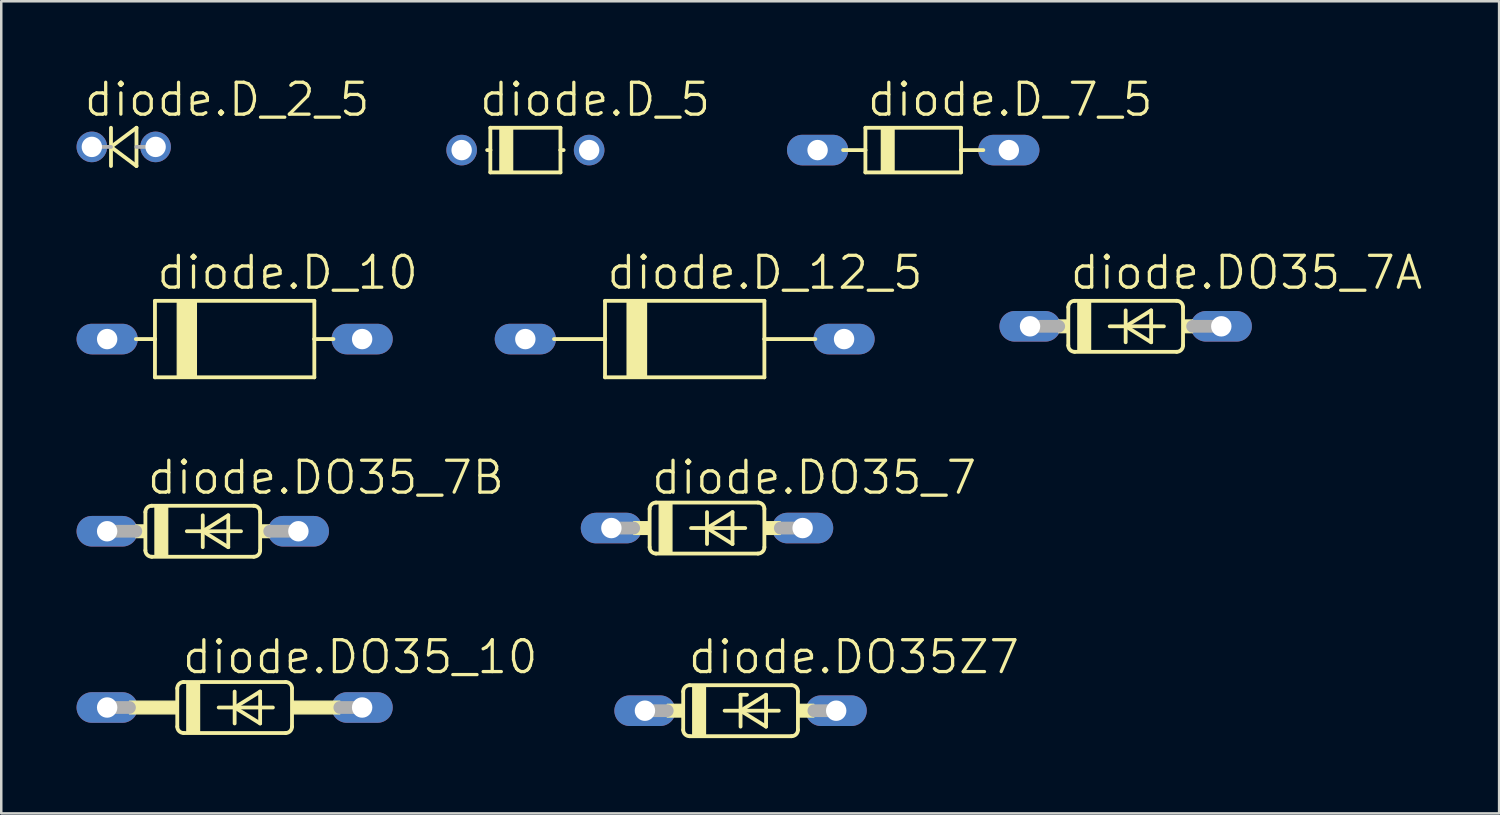
<source format=kicad_pcb>
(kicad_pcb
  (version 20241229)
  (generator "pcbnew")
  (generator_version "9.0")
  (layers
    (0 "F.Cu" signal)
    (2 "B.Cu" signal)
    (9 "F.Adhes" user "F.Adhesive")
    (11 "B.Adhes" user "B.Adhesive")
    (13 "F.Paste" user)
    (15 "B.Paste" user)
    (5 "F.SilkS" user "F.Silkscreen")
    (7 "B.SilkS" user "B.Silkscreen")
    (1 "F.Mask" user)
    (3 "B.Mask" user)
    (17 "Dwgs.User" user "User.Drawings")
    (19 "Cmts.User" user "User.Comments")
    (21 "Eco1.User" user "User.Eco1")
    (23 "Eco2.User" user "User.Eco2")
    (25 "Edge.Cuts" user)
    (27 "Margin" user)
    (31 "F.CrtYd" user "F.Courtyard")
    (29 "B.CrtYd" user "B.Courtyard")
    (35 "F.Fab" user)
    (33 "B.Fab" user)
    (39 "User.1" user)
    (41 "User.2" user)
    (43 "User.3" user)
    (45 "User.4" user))
  (footprint "diode.DO35_7A"
    (layer "F.Cu")
    (at 41.801 9.952)
    (property "Reference" "diode.DO35_7A" (at -2.286 -1.397 0) (layer "F.SilkS") (effects (font (size 1.27 1.27) (thickness 0.13)) (justify left bottom)))
    (attr through_hole)
    (fp_line (start -2.286 -0.762) (end -2.286 0.762) (stroke (width 0.152) (type default)) (layer "F.SilkS"))
    (fp_line (start -2.032 -1.016) (end 2.032 -1.016) (stroke (width 0.152) (type default)) (layer "F.SilkS"))
    (fp_line (start -2.032 1.016) (end 2.032 1.016) (stroke (width 0.152) (type default)) (layer "F.SilkS"))
    (fp_line (start -0.635 0) (end 0 0) (stroke (width 0.152) (type default)) (layer "F.SilkS"))
    (fp_line (start 0 -0.635) (end 0 0) (stroke (width 0.152) (type default)) (layer "F.SilkS"))
    (fp_line (start 0 0) (end 0 0.635) (stroke (width 0.152) (type default)) (layer "F.SilkS"))
    (fp_line (start 0 0) (end 1.016 -0.635) (stroke (width 0.152) (type default)) (layer "F.SilkS"))
    (fp_line (start 0 0) (end 1.524 0) (stroke (width 0.152) (type default)) (layer "F.SilkS"))
    (fp_line (start 1.016 -0.635) (end 1.016 0.635) (stroke (width 0.152) (type default)) (layer "F.SilkS"))
    (fp_line (start 1.016 0.635) (end 0 0) (stroke (width 0.152) (type default)) (layer "F.SilkS"))
    (fp_line (start 2.286 -0.762) (end 2.286 0.762) (stroke (width 0.152) (type default)) (layer "F.SilkS"))
    (fp_rect (start -2.667 0.254) (end -2.286 -0.254) (stroke (width 0.05) (type default)) (fill yes) (layer "F.SilkS"))
    (fp_rect (start -1.905 1.016) (end -1.397 -1.016) (stroke (width 0.05) (type default)) (fill yes) (layer "F.SilkS"))
    (fp_rect (start 2.286 0.254) (end 2.667 -0.254) (stroke (width 0.05) (type default)) (fill yes) (layer "F.SilkS"))
    (fp_arc (start -2.286 -0.762) (mid -2.211605 -0.941605) (end -2.032 -1.016) (stroke (width 0.1524) (type default)) (layer "F.SilkS"))
    (fp_arc (start -2.032 1.016) (mid -2.211605 0.941605) (end -2.286 0.762) (stroke (width 0.1524) (type default)) (layer "F.SilkS"))
    (fp_arc (start 2.032 -1.016) (mid 2.211605 -0.941605) (end 2.286 -0.762) (stroke (width 0.1524) (type default)) (layer "F.SilkS"))
    (fp_arc (start 2.286 0.762) (mid 2.211605 0.941605) (end 2.032 1.016) (stroke (width 0.1524) (type default)) (layer "F.SilkS"))
    (fp_line (start -3.81 0) (end -2.667 0) (stroke (width 0.508) (type default)) (layer "F.Fab"))
    (fp_line (start 3.81 0) (end 2.667 0) (stroke (width 0.508) (type default)) (layer "F.Fab"))
    (pad "A" thru_hole oval (at 3.81 0) (size 2.438 1.219) (drill 0.813) (layers "*.Cu" "*.Mask"))
    (pad "C" thru_hole oval (at -3.81 0) (size 2.438 1.219) (drill 0.813) (layers "*.Cu" "*.Mask")))
  (footprint "diode.D_10"
    (layer "F.Cu")
    (at 6.299 10.46)
    (property "Reference" "diode.D_10" (at -3.175 -1.905 0) (layer "F.SilkS") (effects (font (size 1.27 1.27) (thickness 0.13)) (justify left bottom)))
    (attr through_hole)
    (fp_line (start -3.175 -1.524) (end -3.175 0) (stroke (width 0.152) (type default)) (layer "F.SilkS"))
    (fp_line (start -3.175 0) (end -3.937 0) (stroke (width 0.152) (type default)) (layer "F.SilkS"))
    (fp_line (start -3.175 0) (end -3.175 1.524) (stroke (width 0.152) (type default)) (layer "F.SilkS"))
    (fp_line (start -3.175 1.524) (end 3.175 1.524) (stroke (width 0.152) (type default)) (layer "F.SilkS"))
    (fp_line (start 3.175 -1.524) (end -3.175 -1.524) (stroke (width 0.152) (type default)) (layer "F.SilkS"))
    (fp_line (start 3.175 0) (end 3.175 -1.524) (stroke (width 0.152) (type default)) (layer "F.SilkS"))
    (fp_line (start 3.175 1.524) (end 3.175 0) (stroke (width 0.152) (type default)) (layer "F.SilkS"))
    (fp_line (start 3.937 0) (end 3.175 0) (stroke (width 0.152) (type default)) (layer "F.SilkS"))
    (fp_rect (start -2.286 1.524) (end -1.524 -1.524) (stroke (width 0.05) (type default)) (fill yes) (layer "F.SilkS"))
    (pad "A" thru_hole oval (at 5.08 0) (size 2.438 1.219) (drill 0.813) (layers "*.Cu" "*.Mask"))
    (pad "C" thru_hole oval (at -5.08 0) (size 2.438 1.219) (drill 0.813) (layers "*.Cu" "*.Mask")))
  (footprint "diode.D_2_5"
    (layer "F.Cu")
    (at 1.88 2.803)
    (property "Reference" "diode.D_2_5" (at -1.651 -1.143 0) (layer "F.SilkS") (effects (font (size 1.27 1.27) (thickness 0.13)) (justify left bottom)))
    (attr through_hole)
    (fp_line (start -0.508 -0.762) (end -0.508 0) (stroke (width 0.152) (type default)) (layer "F.SilkS"))
    (fp_line (start -0.508 0) (end -0.508 0.762) (stroke (width 0.152) (type default)) (layer "F.SilkS"))
    (fp_line (start -0.508 0) (end 0.508 0.762) (stroke (width 0.152) (type default)) (layer "F.SilkS"))
    (fp_line (start 0.508 -0.762) (end -0.508 0) (stroke (width 0.152) (type default)) (layer "F.SilkS"))
    (fp_line (start 0.508 0.762) (end 0.508 -0.762) (stroke (width 0.152) (type default)) (layer "F.SilkS"))
    (fp_line (start -0.508 0) (end -1.27 0) (stroke (width 0.152) (type default)) (layer "F.Fab"))
    (fp_line (start 1.27 0) (end 0.508 0) (stroke (width 0.152) (type default)) (layer "F.Fab"))
    (pad "A" thru_hole circle (at 1.27 0) (size 1.219 1.219) (drill 0.813) (layers "*.Cu" "*.Mask"))
    (pad "C" thru_hole circle (at -1.27 0) (size 1.219 1.219) (drill 0.813) (layers "*.Cu" "*.Mask")))
  (footprint "diode.D_5"
    (layer "F.Cu")
    (at 17.884 2.93)
    (property "Reference" "diode.D_5" (at -1.905 -1.27 0) (layer "F.SilkS") (effects (font (size 1.27 1.27) (thickness 0.13)) (justify left bottom)))
    (attr through_hole)
    (fp_line (start -1.397 -0.889) (end -1.397 0) (stroke (width 0.152) (type default)) (layer "F.SilkS"))
    (fp_line (start -1.397 0) (end -1.524 0) (stroke (width 0.152) (type default)) (layer "F.SilkS"))
    (fp_line (start -1.397 0) (end -1.397 0.889) (stroke (width 0.152) (type default)) (layer "F.SilkS"))
    (fp_line (start -1.397 0.889) (end 1.397 0.889) (stroke (width 0.152) (type default)) (layer "F.SilkS"))
    (fp_line (start 1.397 -0.889) (end -1.397 -0.889) (stroke (width 0.152) (type default)) (layer "F.SilkS"))
    (fp_line (start 1.397 0) (end 1.397 -0.889) (stroke (width 0.152) (type default)) (layer "F.SilkS"))
    (fp_line (start 1.397 0.889) (end 1.397 0) (stroke (width 0.152) (type default)) (layer "F.SilkS"))
    (fp_line (start 1.524 0) (end 1.397 0) (stroke (width 0.152) (type default)) (layer "F.SilkS"))
    (fp_rect (start -1.016 0.889) (end -0.508 -0.889) (stroke (width 0.05) (type default)) (fill yes) (layer "F.SilkS"))
    (pad "A" thru_hole circle (at 2.54 0) (size 1.219 1.219) (drill 0.813) (layers "*.Cu" "*.Mask"))
    (pad "C" thru_hole circle (at -2.54 0) (size 1.219 1.219) (drill 0.813) (layers "*.Cu" "*.Mask")))
  (footprint "diode.DO35_7"
    (layer "F.Cu")
    (at 25.12 17.99)
    (property "Reference" "diode.DO35_7" (at -2.286 -1.27 0) (layer "F.SilkS") (effects (font (size 1.27 1.27) (thickness 0.13)) (justify left bottom)))
    (attr through_hole)
    (fp_line (start -2.286 -0.762) (end -2.286 0.762) (stroke (width 0.152) (type default)) (layer "F.SilkS"))
    (fp_line (start -2.032 -1.016) (end 2.032 -1.016) (stroke (width 0.152) (type default)) (layer "F.SilkS"))
    (fp_line (start -2.032 1.016) (end 2.032 1.016) (stroke (width 0.152) (type default)) (layer "F.SilkS"))
    (fp_line (start -0.635 0) (end 0 0) (stroke (width 0.152) (type default)) (layer "F.SilkS"))
    (fp_line (start 0 -0.635) (end 0 0) (stroke (width 0.152) (type default)) (layer "F.SilkS"))
    (fp_line (start 0 0) (end 0 0.635) (stroke (width 0.152) (type default)) (layer "F.SilkS"))
    (fp_line (start 0 0) (end 1.016 -0.635) (stroke (width 0.152) (type default)) (layer "F.SilkS"))
    (fp_line (start 0 0) (end 1.524 0) (stroke (width 0.152) (type default)) (layer "F.SilkS"))
    (fp_line (start 1.016 -0.635) (end 1.016 0.635) (stroke (width 0.152) (type default)) (layer "F.SilkS"))
    (fp_line (start 1.016 0.635) (end 0 0) (stroke (width 0.152) (type default)) (layer "F.SilkS"))
    (fp_line (start 2.286 -0.762) (end 2.286 0.762) (stroke (width 0.152) (type default)) (layer "F.SilkS"))
    (fp_rect (start -2.921 0.254) (end -2.286 -0.254) (stroke (width 0.05) (type default)) (fill yes) (layer "F.SilkS"))
    (fp_rect (start -1.905 1.016) (end -1.397 -1.016) (stroke (width 0.05) (type default)) (fill yes) (layer "F.SilkS"))
    (fp_rect (start 2.286 0.254) (end 2.921 -0.254) (stroke (width 0.05) (type default)) (fill yes) (layer "F.SilkS"))
    (fp_arc (start -2.286 -0.762) (mid -2.211605 -0.941605) (end -2.032 -1.016) (stroke (width 0.1524) (type default)) (layer "F.SilkS"))
    (fp_arc (start -2.032 1.016) (mid -2.211605 0.941605) (end -2.286 0.762) (stroke (width 0.1524) (type default)) (layer "F.SilkS"))
    (fp_arc (start 2.032 -1.016) (mid 2.211605 -0.941605) (end 2.286 -0.762) (stroke (width 0.1524) (type default)) (layer "F.SilkS"))
    (fp_arc (start 2.286 0.762) (mid 2.211605 0.941605) (end 2.032 1.016) (stroke (width 0.1524) (type default)) (layer "F.SilkS"))
    (fp_line (start -3.81 0) (end -2.921 0) (stroke (width 0.508) (type default)) (layer "F.Fab"))
    (fp_line (start 3.81 0) (end 2.921 0) (stroke (width 0.508) (type default)) (layer "F.Fab"))
    (pad "A" thru_hole oval (at 3.81 0) (size 2.438 1.219) (drill 0.813) (layers "*.Cu" "*.Mask"))
    (pad "C" thru_hole oval (at -3.81 0) (size 2.438 1.219) (drill 0.813) (layers "*.Cu" "*.Mask")))
  (footprint "diode.DO35_10"
    (layer "F.Cu")
    (at 6.299 25.14)
    (property "Reference" "diode.DO35_10" (at -2.159 -1.27 0) (layer "F.SilkS") (effects (font (size 1.27 1.27) (thickness 0.13)) (justify left bottom)))
    (attr through_hole)
    (fp_line (start -2.286 -0.762) (end -2.286 0.762) (stroke (width 0.152) (type default)) (layer "F.SilkS"))
    (fp_line (start -2.032 -1.016) (end 2.032 -1.016) (stroke (width 0.152) (type default)) (layer "F.SilkS"))
    (fp_line (start -2.032 1.016) (end 2.032 1.016) (stroke (width 0.152) (type default)) (layer "F.SilkS"))
    (fp_line (start -0.635 0) (end 0 0) (stroke (width 0.152) (type default)) (layer "F.SilkS"))
    (fp_line (start 0 -0.635) (end 0 0) (stroke (width 0.152) (type default)) (layer "F.SilkS"))
    (fp_line (start 0 0) (end 0 0.635) (stroke (width 0.152) (type default)) (layer "F.SilkS"))
    (fp_line (start 0 0) (end 1.016 -0.635) (stroke (width 0.152) (type default)) (layer "F.SilkS"))
    (fp_line (start 0 0) (end 1.524 0) (stroke (width 0.152) (type default)) (layer "F.SilkS"))
    (fp_line (start 1.016 -0.635) (end 1.016 0.635) (stroke (width 0.152) (type default)) (layer "F.SilkS"))
    (fp_line (start 1.016 0.635) (end 0 0) (stroke (width 0.152) (type default)) (layer "F.SilkS"))
    (fp_line (start 2.286 0.762) (end 2.286 -0.762) (stroke (width 0.152) (type default)) (layer "F.SilkS"))
    (fp_rect (start -4.191 0.254) (end -2.286 -0.254) (stroke (width 0.05) (type default)) (fill yes) (layer "F.SilkS"))
    (fp_rect (start -1.905 1.016) (end -1.397 -1.016) (stroke (width 0.05) (type default)) (fill yes) (layer "F.SilkS"))
    (fp_rect (start 2.286 0.254) (end 4.191 -0.254) (stroke (width 0.05) (type default)) (fill yes) (layer "F.SilkS"))
    (fp_arc (start -2.286 -0.762) (mid -2.211605 -0.941605) (end -2.032 -1.016) (stroke (width 0.1524) (type default)) (layer "F.SilkS"))
    (fp_arc (start -2.032 1.016) (mid -2.211605 0.941605) (end -2.286 0.762) (stroke (width 0.1524) (type default)) (layer "F.SilkS"))
    (fp_arc (start 2.032 -1.016) (mid 2.211605 -0.941605) (end 2.286 -0.762) (stroke (width 0.1524) (type default)) (layer "F.SilkS"))
    (fp_arc (start 2.286 0.762) (mid 2.211605 0.941605) (end 2.032 1.016) (stroke (width 0.1524) (type default)) (layer "F.SilkS"))
    (fp_line (start -5.08 0) (end -4.191 0) (stroke (width 0.508) (type default)) (layer "F.Fab"))
    (fp_line (start 5.08 0) (end 4.191 0) (stroke (width 0.508) (type default)) (layer "F.Fab"))
    (pad "A" thru_hole oval (at 5.08 0) (size 2.438 1.219) (drill 0.813) (layers "*.Cu" "*.Mask"))
    (pad "C" thru_hole oval (at -5.08 0) (size 2.438 1.219) (drill 0.813) (layers "*.Cu" "*.Mask")))
  (footprint "diode.D_7_5"
    (layer "F.Cu")
    (at 33.336 2.93)
    (property "Reference" "diode.D_7_5" (at -1.905 -1.27 0) (layer "F.SilkS") (effects (font (size 1.27 1.27) (thickness 0.13)) (justify left bottom)))
    (attr through_hole)
    (fp_line (start -1.905 -0.889) (end -1.905 0) (stroke (width 0.152) (type default)) (layer "F.SilkS"))
    (fp_line (start -1.905 0) (end -2.794 0) (stroke (width 0.152) (type default)) (layer "F.SilkS"))
    (fp_line (start -1.905 0) (end -1.905 0.889) (stroke (width 0.152) (type default)) (layer "F.SilkS"))
    (fp_line (start -1.905 0.889) (end 1.905 0.889) (stroke (width 0.152) (type default)) (layer "F.SilkS"))
    (fp_line (start 1.905 -0.889) (end -1.905 -0.889) (stroke (width 0.152) (type default)) (layer "F.SilkS"))
    (fp_line (start 1.905 0) (end 1.905 -0.889) (stroke (width 0.152) (type default)) (layer "F.SilkS"))
    (fp_line (start 1.905 0.889) (end 1.905 0) (stroke (width 0.152) (type default)) (layer "F.SilkS"))
    (fp_line (start 2.794 0) (end 1.905 0) (stroke (width 0.152) (type default)) (layer "F.SilkS"))
    (fp_rect (start -1.27 0.889) (end -0.762 -0.889) (stroke (width 0.05) (type default)) (fill yes) (layer "F.SilkS"))
    (pad "A" thru_hole oval (at 3.81 0) (size 2.438 1.219) (drill 0.813) (layers "*.Cu" "*.Mask"))
    (pad "C" thru_hole oval (at -3.81 0) (size 2.438 1.219) (drill 0.813) (layers "*.Cu" "*.Mask")))
  (footprint "diode.D_12_5"
    (layer "F.Cu")
    (at 24.231 10.46)
    (property "Reference" "diode.D_12_5" (at -3.175 -1.905 0) (layer "F.SilkS") (effects (font (size 1.27 1.27) (thickness 0.13)) (justify left bottom)))
    (attr through_hole)
    (fp_line (start -3.175 -1.524) (end -3.175 0) (stroke (width 0.152) (type default)) (layer "F.SilkS"))
    (fp_line (start -3.175 0) (end -5.207 0) (stroke (width 0.152) (type default)) (layer "F.SilkS"))
    (fp_line (start -3.175 0) (end -3.175 1.524) (stroke (width 0.152) (type default)) (layer "F.SilkS"))
    (fp_line (start -3.175 1.524) (end 3.175 1.524) (stroke (width 0.152) (type default)) (layer "F.SilkS"))
    (fp_line (start 3.175 -1.524) (end -3.175 -1.524) (stroke (width 0.152) (type default)) (layer "F.SilkS"))
    (fp_line (start 3.175 0) (end 3.175 -1.524) (stroke (width 0.152) (type default)) (layer "F.SilkS"))
    (fp_line (start 3.175 1.524) (end 3.175 0) (stroke (width 0.152) (type default)) (layer "F.SilkS"))
    (fp_line (start 5.207 0) (end 3.175 0) (stroke (width 0.152) (type default)) (layer "F.SilkS"))
    (fp_rect (start -2.286 1.524) (end -1.524 -1.524) (stroke (width 0.05) (type default)) (fill yes) (layer "F.SilkS"))
    (fp_rect (start -2.286 1.524) (end -1.524 -1.524) (stroke (width 0.05) (type default)) (fill yes) (layer "F.SilkS"))
    (pad "A" thru_hole oval (at 6.35 0) (size 2.438 1.219) (drill 0.813) (layers "*.Cu" "*.Mask"))
    (pad "C" thru_hole oval (at -6.35 0) (size 2.438 1.219) (drill 0.813) (layers "*.Cu" "*.Mask")))
  (footprint "diode.DO35_7B"
    (layer "F.Cu")
    (at 5.029 18.117)
    (property "Reference" "diode.DO35_7B" (at -2.286 -1.397 0) (layer "F.SilkS") (effects (font (size 1.27 1.27) (thickness 0.13)) (justify left bottom)))
    (attr through_hole)
    (fp_line (start -2.286 -0.762) (end -2.286 0.762) (stroke (width 0.152) (type default)) (layer "F.SilkS"))
    (fp_line (start -2.032 -1.016) (end 2.032 -1.016) (stroke (width 0.152) (type default)) (layer "F.SilkS"))
    (fp_line (start -2.032 1.016) (end 2.032 1.016) (stroke (width 0.152) (type default)) (layer "F.SilkS"))
    (fp_line (start -0.635 0) (end 0 0) (stroke (width 0.152) (type default)) (layer "F.SilkS"))
    (fp_line (start 0 -0.635) (end 0 0) (stroke (width 0.152) (type default)) (layer "F.SilkS"))
    (fp_line (start 0 0) (end 0 0.635) (stroke (width 0.152) (type default)) (layer "F.SilkS"))
    (fp_line (start 0 0) (end 1.016 -0.635) (stroke (width 0.152) (type default)) (layer "F.SilkS"))
    (fp_line (start 0 0) (end 1.524 0) (stroke (width 0.152) (type default)) (layer "F.SilkS"))
    (fp_line (start 1.016 -0.635) (end 1.016 0.635) (stroke (width 0.152) (type default)) (layer "F.SilkS"))
    (fp_line (start 1.016 0.635) (end 0 0) (stroke (width 0.152) (type default)) (layer "F.SilkS"))
    (fp_line (start 2.286 -0.762) (end 2.286 0.762) (stroke (width 0.152) (type default)) (layer "F.SilkS"))
    (fp_rect (start -2.667 0.254) (end -2.286 -0.254) (stroke (width 0.05) (type default)) (fill yes) (layer "F.SilkS"))
    (fp_rect (start -1.905 1.016) (end -1.397 -1.016) (stroke (width 0.05) (type default)) (fill yes) (layer "F.SilkS"))
    (fp_rect (start 2.286 0.254) (end 2.667 -0.254) (stroke (width 0.05) (type default)) (fill yes) (layer "F.SilkS"))
    (fp_arc (start -2.286 -0.762) (mid -2.211605 -0.941605) (end -2.032 -1.016) (stroke (width 0.1524) (type default)) (layer "F.SilkS"))
    (fp_arc (start -2.032 1.016) (mid -2.211605 0.941605) (end -2.286 0.762) (stroke (width 0.1524) (type default)) (layer "F.SilkS"))
    (fp_arc (start 2.032 -1.016) (mid 2.211605 -0.941605) (end 2.286 -0.762) (stroke (width 0.1524) (type default)) (layer "F.SilkS"))
    (fp_arc (start 2.286 0.762) (mid 2.211605 0.941605) (end 2.032 1.016) (stroke (width 0.1524) (type default)) (layer "F.SilkS"))
    (fp_line (start -3.81 0) (end -2.667 0) (stroke (width 0.508) (type default)) (layer "F.Fab"))
    (fp_line (start 3.81 0) (end 2.667 0) (stroke (width 0.508) (type default)) (layer "F.Fab"))
    (pad "A" thru_hole oval (at 3.81 0) (size 2.438 1.219) (drill 0.813) (layers "*.Cu" "*.Mask"))
    (pad "C" thru_hole oval (at -3.81 0) (size 2.438 1.219) (drill 0.813) (layers "*.Cu" "*.Mask")))
  (footprint "diode.DO35Z7"
    (layer "F.Cu")
    (at 26.457 25.267)
    (property "Reference" "diode.DO35Z7" (at -2.159 -1.397 0) (layer "F.SilkS") (effects (font (size 1.27 1.27) (thickness 0.13)) (justify left bottom)))
    (attr through_hole)
    (fp_line (start -2.286 -0.762) (end -2.286 0.762) (stroke (width 0.152) (type default)) (layer "F.SilkS"))
    (fp_line (start -2.032 -1.016) (end 2.032 -1.016) (stroke (width 0.152) (type default)) (layer "F.SilkS"))
    (fp_line (start -2.032 1.016) (end 2.032 1.016) (stroke (width 0.152) (type default)) (layer "F.SilkS"))
    (fp_line (start -0.635 0) (end 0 0) (stroke (width 0.152) (type default)) (layer "F.SilkS"))
    (fp_line (start 0 -0.635) (end 0 0) (stroke (width 0.152) (type default)) (layer "F.SilkS"))
    (fp_line (start 0 0) (end 0 0.635) (stroke (width 0.152) (type default)) (layer "F.SilkS"))
    (fp_line (start 0 0) (end 1.016 -0.635) (stroke (width 0.152) (type default)) (layer "F.SilkS"))
    (fp_line (start 0 0) (end 1.524 0) (stroke (width 0.152) (type default)) (layer "F.SilkS"))
    (fp_line (start 0.254 -0.635) (end 0 -0.635) (stroke (width 0.152) (type default)) (layer "F.SilkS"))
    (fp_line (start 1.016 -0.635) (end 1.016 0.635) (stroke (width 0.152) (type default)) (layer "F.SilkS"))
    (fp_line (start 1.016 0.635) (end 0 0) (stroke (width 0.152) (type default)) (layer "F.SilkS"))
    (fp_line (start 2.286 -0.762) (end 2.286 0.762) (stroke (width 0.152) (type default)) (layer "F.SilkS"))
    (fp_rect (start -2.921 0.254) (end -2.286 -0.254) (stroke (width 0.05) (type default)) (fill yes) (layer "F.SilkS"))
    (fp_rect (start -1.905 1.016) (end -1.397 -1.016) (stroke (width 0.05) (type default)) (fill yes) (layer "F.SilkS"))
    (fp_rect (start 2.286 0.254) (end 2.921 -0.254) (stroke (width 0.05) (type default)) (fill yes) (layer "F.SilkS"))
    (fp_arc (start -2.286 -0.762) (mid -2.211605 -0.941605) (end -2.032 -1.016) (stroke (width 0.1524) (type default)) (layer "F.SilkS"))
    (fp_arc (start -2.032 1.016) (mid -2.211605 0.941605) (end -2.286 0.762) (stroke (width 0.1524) (type default)) (layer "F.SilkS"))
    (fp_arc (start 2.032 -1.016) (mid 2.211605 -0.941605) (end 2.286 -0.762) (stroke (width 0.1524) (type default)) (layer "F.SilkS"))
    (fp_arc (start 2.286 0.762) (mid 2.211605 0.941605) (end 2.032 1.016) (stroke (width 0.1524) (type default)) (layer "F.SilkS"))
    (fp_line (start -3.81 0) (end -2.921 0) (stroke (width 0.508) (type default)) (layer "F.Fab"))
    (fp_line (start 3.81 0) (end 2.921 0) (stroke (width 0.508) (type default)) (layer "F.Fab"))
    (pad "A" thru_hole oval (at 3.81 0) (size 2.438 1.219) (drill 0.813) (layers "*.Cu" "*.Mask"))
    (pad "C" thru_hole oval (at -3.81 0) (size 2.438 1.219) (drill 0.813) (layers "*.Cu" "*.Mask")))
  (gr_rect
    (start -3 -3)
    (end 56.681 29.359)
    (stroke (width 0.1) (type default))
    (fill no)
    (layer "Edge.Cuts")))
</source>
